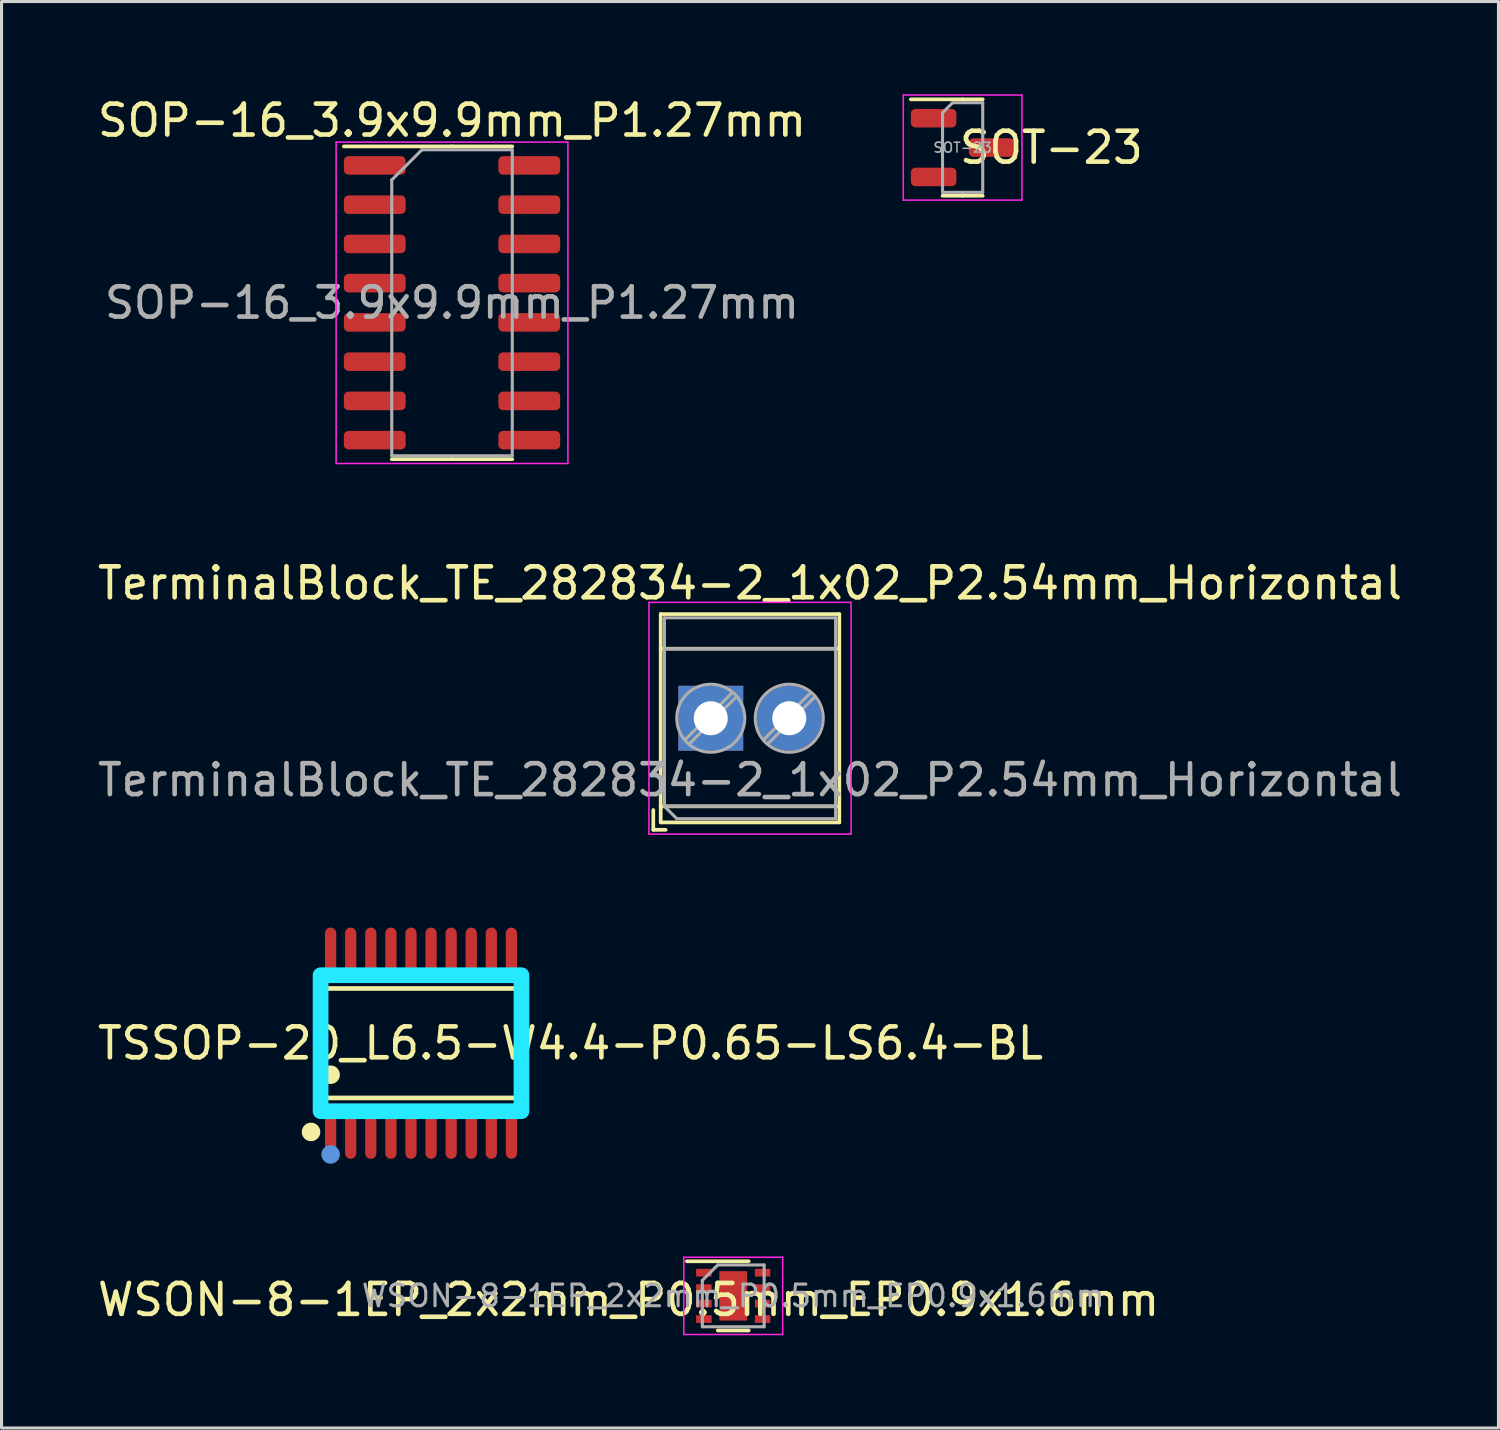
<source format=kicad_pcb>
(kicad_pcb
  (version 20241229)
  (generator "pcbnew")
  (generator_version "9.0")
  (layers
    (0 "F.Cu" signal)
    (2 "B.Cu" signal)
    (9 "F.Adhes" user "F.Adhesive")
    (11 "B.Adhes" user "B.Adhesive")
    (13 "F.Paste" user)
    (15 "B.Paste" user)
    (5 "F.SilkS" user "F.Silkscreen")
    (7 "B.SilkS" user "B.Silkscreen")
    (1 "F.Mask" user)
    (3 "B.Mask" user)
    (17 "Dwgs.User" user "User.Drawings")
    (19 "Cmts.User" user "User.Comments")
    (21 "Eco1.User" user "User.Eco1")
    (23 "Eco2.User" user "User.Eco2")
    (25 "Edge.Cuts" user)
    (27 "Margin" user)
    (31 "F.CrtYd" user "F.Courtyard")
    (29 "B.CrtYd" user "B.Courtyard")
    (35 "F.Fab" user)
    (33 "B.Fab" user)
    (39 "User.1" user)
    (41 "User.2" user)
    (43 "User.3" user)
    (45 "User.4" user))
  (footprint "TerminalBlock_TE_282834-2_1x02_P2.54mm_Horizontal"
    (layer "F.Cu")
    (at 19.95 20.192)
    (property "Reference" "TerminalBlock_TE_282834-2_1x02_P2.54mm_Horizontal" (at 1.27 -4.37 180) (layer "F.SilkS") (effects (font (size 1 1) (thickness 0.15))))
    (attr through_hole exclude_from_pos_files exclude_from_bom)
    (fp_line (start -1.86 2.97) (end -1.86 3.61) (stroke (width 0.12) (type solid)) (layer "F.SilkS"))
    (fp_line (start -1.86 3.61) (end -1.46 3.61) (stroke (width 0.12) (type solid)) (layer "F.SilkS"))
    (fp_line (start -1.62 -3.37) (end -1.62 3.37) (stroke (width 0.12) (type solid)) (layer "F.SilkS"))
    (fp_line (start -1.62 -3.37) (end 4.16 -3.37) (stroke (width 0.12) (type solid)) (layer "F.SilkS"))
    (fp_line (start -1.62 -2.25) (end 4.16 -2.25) (stroke (width 0.12) (type solid)) (layer "F.SilkS"))
    (fp_line (start -1.62 2.85) (end 4.16 2.85) (stroke (width 0.12) (type solid)) (layer "F.SilkS"))
    (fp_line (start -1.62 3.37) (end 4.16 3.37) (stroke (width 0.12) (type solid)) (layer "F.SilkS"))
    (fp_line (start 4.16 -3.37) (end 4.16 3.37) (stroke (width 0.12) (type solid)) (layer "F.SilkS"))
    (fp_line (start -2 -3.75) (end -2 3.75) (stroke (width 0.05) (type solid)) (layer "F.CrtYd"))
    (fp_line (start -2 3.75) (end 4.54 3.75) (stroke (width 0.05) (type solid)) (layer "F.CrtYd"))
    (fp_line (start 4.54 -3.75) (end -2 -3.75) (stroke (width 0.05) (type solid)) (layer "F.CrtYd"))
    (fp_line (start 4.54 3.75) (end 4.54 -3.75) (stroke (width 0.05) (type solid)) (layer "F.CrtYd"))
    (fp_line (start -1.5 -3.25) (end 4.04 -3.25) (stroke (width 0.1) (type solid)) (layer "F.Fab"))
    (fp_line (start -1.5 -2.25) (end 4.04 -2.25) (stroke (width 0.1) (type solid)) (layer "F.Fab"))
    (fp_line (start -1.5 2.85) (end -1.5 -3.25) (stroke (width 0.1) (type solid)) (layer "F.Fab"))
    (fp_line (start -1.5 2.85) (end 4.04 2.85) (stroke (width 0.1) (type solid)) (layer "F.Fab"))
    (fp_line (start -1.1 3.25) (end -1.5 2.85) (stroke (width 0.1) (type solid)) (layer "F.Fab"))
    (fp_line (start 0.701 -0.835) (end -0.835 0.7) (stroke (width 0.1) (type solid)) (layer "F.Fab"))
    (fp_line (start 0.835 -0.7) (end -0.701 0.835) (stroke (width 0.1) (type solid)) (layer "F.Fab"))
    (fp_line (start 3.241 -0.835) (end 1.706 0.7) (stroke (width 0.1) (type solid)) (layer "F.Fab"))
    (fp_line (start 3.375 -0.7) (end 1.84 0.835) (stroke (width 0.1) (type solid)) (layer "F.Fab"))
    (fp_line (start 4.04 -3.25) (end 4.04 3.25) (stroke (width 0.1) (type solid)) (layer "F.Fab"))
    (fp_line (start 4.04 3.25) (end -1.1 3.25) (stroke (width 0.1) (type solid)) (layer "F.Fab"))
    (fp_circle (center 0 0) (end 1.1 0) (stroke (width 0.1) (type solid)) (fill no) (layer "F.Fab"))
    (fp_circle (center 2.54 0) (end 3.64 0) (stroke (width 0.1) (type solid)) (fill no) (layer "F.Fab"))
    (fp_text user "${REFERENCE}" (at 1.27 2 180) (layer "F.Fab") (effects (font (size 1 1) (thickness 0.15))))
    (pad "1" thru_hole rect (at 0 0) (size 2.1 2.1) (drill 1.1) (layers "*.Cu" "*.Mask"))
    (pad "2" thru_hole circle (at 2.54 0) (size 2.1 2.1) (drill 1.1) (layers "*.Cu" "*.Mask")))
  (footprint "SOP-16_3.9x9.9mm_P1.27mm"
    (layer "F.Cu")
    (at 11.577 6.748)
    (property "Reference" "SOP-16_3.9x9.9mm_P1.27mm" (at 0 -5.9 0) (layer "F.SilkS") (effects (font (size 1 1) (thickness 0.15))))
    (attr smd)
    (fp_line (start 0 -5.06) (end -3.5 -5.06) (stroke (width 0.12) (type solid)) (layer "F.SilkS"))
    (fp_line (start 0 -5.06) (end 1.95 -5.06) (stroke (width 0.12) (type solid)) (layer "F.SilkS"))
    (fp_line (start 0 5.06) (end -1.95 5.06) (stroke (width 0.12) (type solid)) (layer "F.SilkS"))
    (fp_line (start 0 5.06) (end 1.95 5.06) (stroke (width 0.12) (type solid)) (layer "F.SilkS"))
    (fp_line (start -3.75 -5.2) (end -3.75 5.2) (stroke (width 0.05) (type solid)) (layer "F.CrtYd"))
    (fp_line (start -3.75 5.2) (end 3.75 5.2) (stroke (width 0.05) (type solid)) (layer "F.CrtYd"))
    (fp_line (start 3.75 -5.2) (end -3.75 -5.2) (stroke (width 0.05) (type solid)) (layer "F.CrtYd"))
    (fp_line (start 3.75 5.2) (end 3.75 -5.2) (stroke (width 0.05) (type solid)) (layer "F.CrtYd"))
    (fp_line (start -1.95 -3.975) (end -0.975 -4.95) (stroke (width 0.1) (type solid)) (layer "F.Fab"))
    (fp_line (start -1.95 4.95) (end -1.95 -3.975) (stroke (width 0.1) (type solid)) (layer "F.Fab"))
    (fp_line (start -0.975 -4.95) (end 1.95 -4.95) (stroke (width 0.1) (type solid)) (layer "F.Fab"))
    (fp_line (start 1.95 -4.95) (end 1.95 4.95) (stroke (width 0.1) (type solid)) (layer "F.Fab"))
    (fp_line (start 1.95 4.95) (end -1.95 4.95) (stroke (width 0.1) (type solid)) (layer "F.Fab"))
    (fp_text user "${REFERENCE}" (at 0 0 0) (layer "F.Fab") (effects (font (size 0.98 0.98) (thickness 0.15))))
    (pad "1" smd roundrect (at -2.5 -4.445) (size 2 0.6) (layers "F.Cu" "F.Mask" "F.Paste") (roundrect_rratio 0.25))
    (pad "2" smd roundrect (at -2.5 -3.175) (size 2 0.6) (layers "F.Cu" "F.Mask" "F.Paste") (roundrect_rratio 0.25))
    (pad "3" smd roundrect (at -2.5 -1.905) (size 2 0.6) (layers "F.Cu" "F.Mask" "F.Paste") (roundrect_rratio 0.25))
    (pad "4" smd roundrect (at -2.5 -0.635) (size 2 0.6) (layers "F.Cu" "F.Mask" "F.Paste") (roundrect_rratio 0.25))
    (pad "5" smd roundrect (at -2.5 0.635) (size 2 0.6) (layers "F.Cu" "F.Mask" "F.Paste") (roundrect_rratio 0.25))
    (pad "6" smd roundrect (at -2.5 1.905) (size 2 0.6) (layers "F.Cu" "F.Mask" "F.Paste") (roundrect_rratio 0.25))
    (pad "7" smd roundrect (at -2.5 3.175) (size 2 0.6) (layers "F.Cu" "F.Mask" "F.Paste") (roundrect_rratio 0.25))
    (pad "8" smd roundrect (at -2.5 4.445) (size 2 0.6) (layers "F.Cu" "F.Mask" "F.Paste") (roundrect_rratio 0.25))
    (pad "9" smd roundrect (at 2.5 4.445) (size 2 0.6) (layers "F.Cu" "F.Mask" "F.Paste") (roundrect_rratio 0.25))
    (pad "10" smd roundrect (at 2.5 3.175) (size 2 0.6) (layers "F.Cu" "F.Mask" "F.Paste") (roundrect_rratio 0.25))
    (pad "11" smd roundrect (at 2.5 1.905) (size 2 0.6) (layers "F.Cu" "F.Mask" "F.Paste") (roundrect_rratio 0.25))
    (pad "12" smd roundrect (at 2.5 0.635) (size 2 0.6) (layers "F.Cu" "F.Mask" "F.Paste") (roundrect_rratio 0.25))
    (pad "13" smd roundrect (at 2.5 -0.635) (size 2 0.6) (layers "F.Cu" "F.Mask" "F.Paste") (roundrect_rratio 0.25))
    (pad "14" smd roundrect (at 2.5 -1.905) (size 2 0.6) (layers "F.Cu" "F.Mask" "F.Paste") (roundrect_rratio 0.25))
    (pad "15" smd roundrect (at 2.5 -3.175) (size 2 0.6) (layers "F.Cu" "F.Mask" "F.Paste") (roundrect_rratio 0.25))
    (pad "16" smd roundrect (at 2.5 -4.445) (size 2 0.6) (layers "F.Cu" "F.Mask" "F.Paste") (roundrect_rratio 0.25)))
  (footprint "WSON-8-1EP_2x2mm_P0.5mm_EP0.9x1.6mm"
    (layer "F.Cu")
    (at 20.677 38.884)
    (property "Reference" "WSON-8-1EP_2x2mm_P0.5mm_EP0.9x1.6mm" (at -3.386 0.126 0) (layer "F.SilkS") (effects (font (size 1 1) (thickness 0.15))))
    (attr smd)
    (fp_line (start -1.5 -1.12) (end 0.5 -1.12) (stroke (width 0.12) (type solid)) (layer "F.SilkS"))
    (fp_line (start 0.5 1.12) (end -0.5 1.12) (stroke (width 0.12) (type solid)) (layer "F.SilkS"))
    (fp_line (start -1.6 -1.25) (end -1.6 1.25) (stroke (width 0.05) (type solid)) (layer "F.CrtYd"))
    (fp_line (start -1.6 -1.25) (end 1.6 -1.25) (stroke (width 0.05) (type solid)) (layer "F.CrtYd"))
    (fp_line (start -1.6 1.25) (end 1.6 1.25) (stroke (width 0.05) (type solid)) (layer "F.CrtYd"))
    (fp_line (start 1.6 -1.25) (end 1.6 1.25) (stroke (width 0.05) (type solid)) (layer "F.CrtYd"))
    (fp_line (start -1 1) (end -1 -0.5) (stroke (width 0.1) (type solid)) (layer "F.Fab"))
    (fp_line (start -0.5 -1) (end -1 -0.5) (stroke (width 0.1) (type solid)) (layer "F.Fab"))
    (fp_line (start -0.5 -1) (end 1 -1) (stroke (width 0.1) (type solid)) (layer "F.Fab"))
    (fp_line (start 1 -1) (end 1 1) (stroke (width 0.1) (type solid)) (layer "F.Fab"))
    (fp_line (start 1 1) (end -1 1) (stroke (width 0.1) (type solid)) (layer "F.Fab"))
    (fp_text user "${REFERENCE}" (at 0 0 0) (layer "F.Fab") (effects (font (size 0.7 0.7) (thickness 0.1))))
    (pad "" smd rect (at 0 -0.4) (size 0.75 0.65) (layers "F.Paste"))
    (pad "" smd rect (at 0 0.4) (size 0.75 0.65) (layers "F.Paste"))
    (pad "1" smd rect (at -0.95 -0.75) (size 0.5 0.25) (layers "F.Cu" "F.Mask" "F.Paste"))
    (pad "2" smd rect (at -0.95 -0.25) (size 0.5 0.25) (layers "F.Cu" "F.Mask" "F.Paste"))
    (pad "3" smd rect (at -0.95 0.25) (size 0.5 0.25) (layers "F.Cu" "F.Mask" "F.Paste"))
    (pad "4" smd rect (at -0.95 0.75) (size 0.5 0.25) (layers "F.Cu" "F.Mask" "F.Paste"))
    (pad "5" smd rect (at 0.95 0.75) (size 0.5 0.25) (layers "F.Cu" "F.Mask" "F.Paste"))
    (pad "6" smd rect (at 0.95 0.25) (size 0.5 0.25) (layers "F.Cu" "F.Mask" "F.Paste"))
    (pad "7" smd rect (at 0.95 -0.25) (size 0.5 0.25) (layers "F.Cu" "F.Mask" "F.Paste"))
    (pad "8" smd rect (at 0.95 -0.75) (size 0.5 0.25) (layers "F.Cu" "F.Mask" "F.Paste"))
    (pad "9" smd rect (at 0 0) (size 0.9 1.6) (layers "F.Cu" "F.Mask")))
  (footprint "SOT-23"
    (layer "F.Cu")
    (at 28.1 1.725)
    (property "Reference" "SOT-23" (at 2.872 0 0) (layer "F.SilkS") (effects (font (size 1 1) (thickness 0.15))))
    (attr smd)
    (fp_line (start 0 -1.56) (end -1.675 -1.56) (stroke (width 0.12) (type solid)) (layer "F.SilkS"))
    (fp_line (start 0 -1.56) (end 0.65 -1.56) (stroke (width 0.12) (type solid)) (layer "F.SilkS"))
    (fp_line (start 0 1.56) (end -0.65 1.56) (stroke (width 0.12) (type solid)) (layer "F.SilkS"))
    (fp_line (start 0 1.56) (end 0.65 1.56) (stroke (width 0.12) (type solid)) (layer "F.SilkS"))
    (fp_line (start -1.92 -1.7) (end -1.92 1.7) (stroke (width 0.05) (type solid)) (layer "F.CrtYd"))
    (fp_line (start -1.92 1.7) (end 1.92 1.7) (stroke (width 0.05) (type solid)) (layer "F.CrtYd"))
    (fp_line (start 1.92 -1.7) (end -1.92 -1.7) (stroke (width 0.05) (type solid)) (layer "F.CrtYd"))
    (fp_line (start 1.92 1.7) (end 1.92 -1.7) (stroke (width 0.05) (type solid)) (layer "F.CrtYd"))
    (fp_line (start -0.65 -1.125) (end -0.325 -1.45) (stroke (width 0.1) (type solid)) (layer "F.Fab"))
    (fp_line (start -0.65 1.45) (end -0.65 -1.125) (stroke (width 0.1) (type solid)) (layer "F.Fab"))
    (fp_line (start -0.325 -1.45) (end 0.65 -1.45) (stroke (width 0.1) (type solid)) (layer "F.Fab"))
    (fp_line (start 0.65 -1.45) (end 0.65 1.45) (stroke (width 0.1) (type solid)) (layer "F.Fab"))
    (fp_line (start 0.65 1.45) (end -0.65 1.45) (stroke (width 0.1) (type solid)) (layer "F.Fab"))
    (fp_text user "${REFERENCE}" (at 0 0 0) (layer "F.Fab") (effects (font (size 0.32 0.32) (thickness 0.05))))
    (pad "1" smd roundrect (at -0.938 -0.95) (size 1.475 0.6) (layers "F.Cu" "F.Mask" "F.Paste") (roundrect_rratio 0.25))
    (pad "2" smd roundrect (at -0.938 0.95) (size 1.475 0.6) (layers "F.Cu" "F.Mask" "F.Paste") (roundrect_rratio 0.25))
    (pad "3" smd roundrect (at 0.938 0) (size 1.475 0.6) (layers "F.Cu" "F.Mask" "F.Paste") (roundrect_rratio 0.25)))
  (footprint "TSSOP-20_L6.5-W4.4-P0.65-LS6.4-BL"
    (layer "F.Cu")
    (at 10.574 30.708)
    (property "Reference" "TSSOP-20_L6.5-W4.4-P0.65-LS6.4-BL" (at 4.837 0 180) (layer "F.SilkS") (effects (font (size 1 1) (thickness 0.15))))
    (attr through_hole)
    (fp_line (start -3.326 -1.771) (end 3.326 -1.771) (stroke (width 0.152) (type solid)) (layer "F.SilkS"))
    (fp_line (start -3.326 1.771) (end -3.326 -1.771) (stroke (width 0.152) (type solid)) (layer "F.SilkS"))
    (fp_line (start 3.326 -1.771) (end 3.326 1.771) (stroke (width 0.152) (type solid)) (layer "F.SilkS"))
    (fp_line (start 3.326 1.771) (end -3.326 1.771) (stroke (width 0.152) (type solid)) (layer "F.SilkS"))
    (fp_circle (center -3.559 2.871) (end -3.559 3.021) (stroke (width 0.3) (type solid)) (fill no) (layer "F.SilkS"))
    (fp_circle (center -2.925 1.019) (end -2.925 1.169) (stroke (width 0.3) (type solid)) (fill no) (layer "F.SilkS"))
    (fp_circle (center -2.925 3.6) (end -2.925 3.75) (stroke (width 0.3) (type solid)) (fill no) (layer "Cmts.User"))
    (fp_poly (pts (xy -3.25 2.2) (xy -3.25 -2.2) (xy 3.25 -2.2) (xy 3.25 2.2)) (stroke (width 0.508) (type solid)) (fill no) (layer "B.CrtYd"))
    (pad "1" smd oval (at -2.925 2.871) (size 0.364 1.742) (layers "F.Cu" "F.Mask" "F.Paste"))
    (pad "2" smd oval (at -2.275 2.871) (size 0.364 1.742) (layers "F.Cu" "F.Mask" "F.Paste"))
    (pad "3" smd oval (at -1.625 2.871) (size 0.364 1.742) (layers "F.Cu" "F.Mask" "F.Paste"))
    (pad "4" smd oval (at -0.975 2.871) (size 0.364 1.742) (layers "F.Cu" "F.Mask" "F.Paste"))
    (pad "5" smd oval (at -0.325 2.871) (size 0.364 1.742) (layers "F.Cu" "F.Mask" "F.Paste"))
    (pad "6" smd oval (at 0.325 2.871) (size 0.364 1.742) (layers "F.Cu" "F.Mask" "F.Paste"))
    (pad "7" smd oval (at 0.975 2.871) (size 0.364 1.742) (layers "F.Cu" "F.Mask" "F.Paste"))
    (pad "8" smd oval (at 1.625 2.871) (size 0.364 1.742) (layers "F.Cu" "F.Mask" "F.Paste"))
    (pad "9" smd oval (at 2.275 2.871) (size 0.364 1.742) (layers "F.Cu" "F.Mask" "F.Paste"))
    (pad "10" smd oval (at 2.925 2.871) (size 0.364 1.742) (layers "F.Cu" "F.Mask" "F.Paste"))
    (pad "11" smd oval (at 2.925 -2.871) (size 0.364 1.742) (layers "F.Cu" "F.Mask" "F.Paste"))
    (pad "12" smd oval (at 2.275 -2.871) (size 0.364 1.742) (layers "F.Cu" "F.Mask" "F.Paste"))
    (pad "13" smd oval (at 1.625 -2.871) (size 0.364 1.742) (layers "F.Cu" "F.Mask" "F.Paste"))
    (pad "14" smd oval (at 0.975 -2.871) (size 0.364 1.742) (layers "F.Cu" "F.Mask" "F.Paste"))
    (pad "15" smd oval (at 0.325 -2.871) (size 0.364 1.742) (layers "F.Cu" "F.Mask" "F.Paste"))
    (pad "16" smd oval (at -0.325 -2.871) (size 0.364 1.742) (layers "F.Cu" "F.Mask" "F.Paste"))
    (pad "17" smd oval (at -0.975 -2.871) (size 0.364 1.742) (layers "F.Cu" "F.Mask" "F.Paste"))
    (pad "18" smd oval (at -1.625 -2.871) (size 0.364 1.742) (layers "F.Cu" "F.Mask" "F.Paste"))
    (pad "19" smd oval (at -2.275 -2.871) (size 0.364 1.742) (layers "F.Cu" "F.Mask" "F.Paste"))
    (pad "20" smd oval (at -2.925 -2.871) (size 0.364 1.742) (layers "F.Cu" "F.Mask" "F.Paste")))
  (gr_rect
    (start -3 -3)
    (end 45.44 43.159)
    (stroke (width 0.1) (type default))
    (fill no)
    (layer "Edge.Cuts")))
</source>
